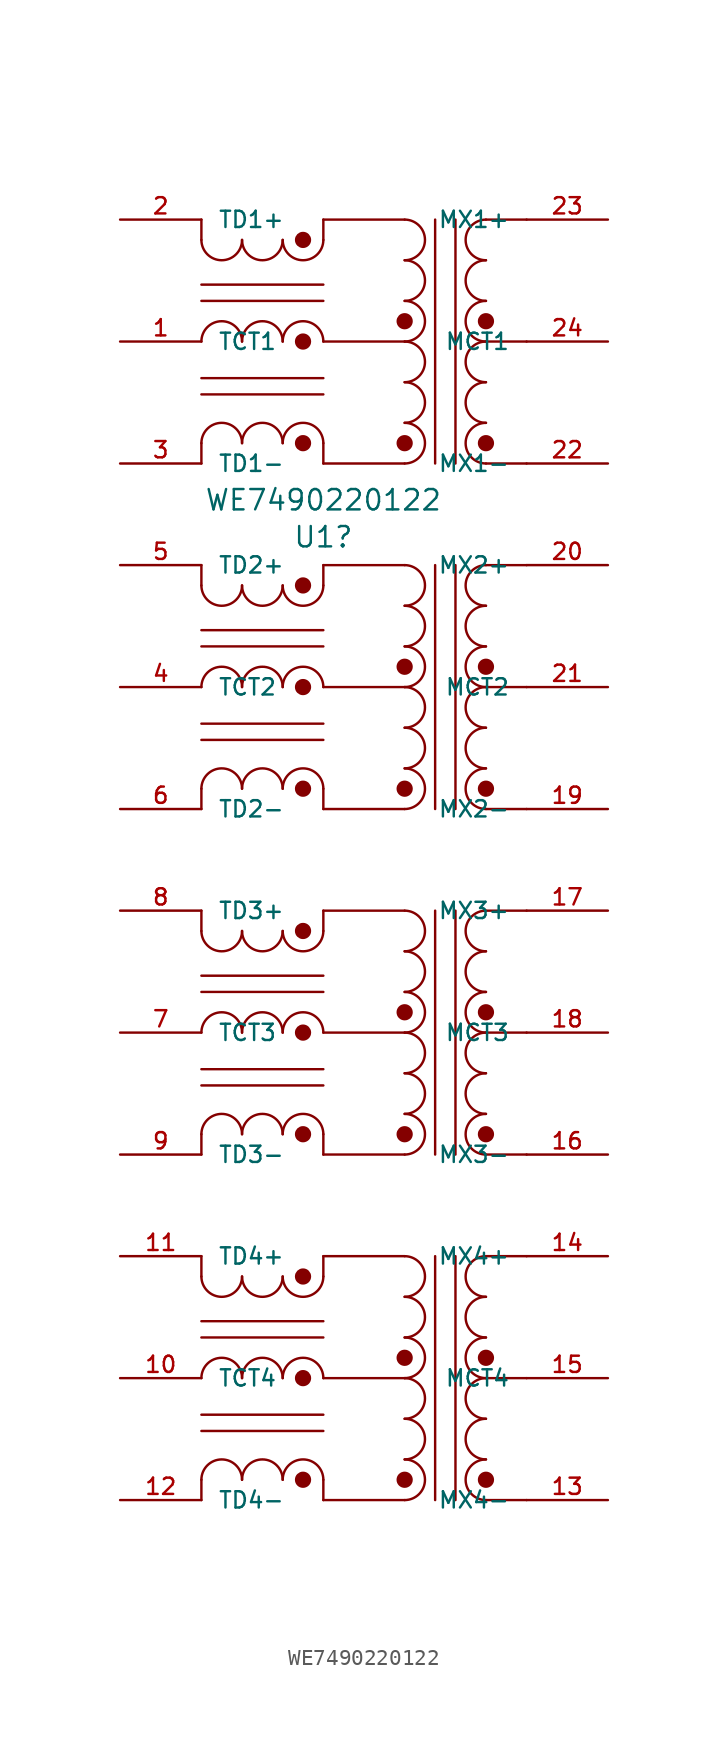
<source format=kicad_sym>
(kicad_symbol_lib
  (version 20211014)
  (generator kicad_symbol_editor)
  (symbol "WE7490220122"
    (pin_names
      (offset 1.016))
    (property "Reference" "U1"
      (at -1.27 -14.757 0)
      (effects (font (size 1.27 1.27))))
    (property "Value" "WE7490220122"
      (at -1.27 -12.446 0)
      (effects (font (size 1.27 1.27))))
    (symbol "WE7490220122_1_1"
      (arc (start -8.89 -60.96) (mid -7.62 -62.23) (end -6.35 -60.96) (stroke (width 0.1524) (type default) (color 0 0 0 0)) (fill (type none)))
      (arc (start -8.89 -39.37) (mid -7.62 -40.64) (end -6.35 -39.37) (stroke (width 0.1524) (type default) (color 0 0 0 0)) (fill (type none)))
      (arc (start -8.89 -17.78) (mid -7.62 -19.05) (end -6.35 -17.78) (stroke (width 0.1524) (type default) (color 0 0 0 0)) (fill (type none)))
      (arc (start -8.89 3.81) (mid -7.62 2.54) (end -6.35 3.81) (stroke (width 0.1524) (type default) (color 0 0 0 0)) (fill (type none)))
      (arc (start -6.35 -73.66) (mid -7.62 -72.39) (end -8.89 -73.66) (stroke (width 0.1524) (type default) (color 0 0 0 0)) (fill (type none)))
      (arc (start -6.35 -67.31) (mid -7.62 -66.04) (end -8.89 -67.31) (stroke (width 0.1524) (type default) (color 0 0 0 0)) (fill (type none)))
      (arc (start -6.35 -60.96) (mid -5.08 -62.23) (end -3.81 -60.96) (stroke (width 0.1524) (type default) (color 0 0 0 0)) (fill (type none)))
      (arc (start -6.35 -52.07) (mid -7.62 -50.8) (end -8.89 -52.07) (stroke (width 0.1524) (type default) (color 0 0 0 0)) (fill (type none)))
      (arc (start -6.35 -45.72) (mid -7.62 -44.45) (end -8.89 -45.72) (stroke (width 0.1524) (type default) (color 0 0 0 0)) (fill (type none)))
      (arc (start -6.35 -39.37) (mid -5.08 -40.64) (end -3.81 -39.37) (stroke (width 0.1524) (type default) (color 0 0 0 0)) (fill (type none)))
      (arc (start -6.35 -30.48) (mid -7.62 -29.21) (end -8.89 -30.48) (stroke (width 0.1524) (type default) (color 0 0 0 0)) (fill (type none)))
      (arc (start -6.35 -24.13) (mid -7.62 -22.86) (end -8.89 -24.13) (stroke (width 0.1524) (type default) (color 0 0 0 0)) (fill (type none)))
      (arc (start -6.35 -17.78) (mid -5.08 -19.05) (end -3.81 -17.78) (stroke (width 0.1524) (type default) (color 0 0 0 0)) (fill (type none)))
      (arc (start -6.35 -8.89) (mid -7.62 -7.62) (end -8.89 -8.89) (stroke (width 0.1524) (type default) (color 0 0 0 0)) (fill (type none)))
      (arc (start -6.35 -2.54) (mid -7.62 -1.27) (end -8.89 -2.54) (stroke (width 0.1524) (type default) (color 0 0 0 0)) (fill (type none)))
      (arc (start -6.35 3.81) (mid -5.08 2.54) (end -3.81 3.81) (stroke (width 0.1524) (type default) (color 0 0 0 0)) (fill (type none)))
      (arc (start -3.81 -73.66) (mid -5.08 -72.39) (end -6.35 -73.66) (stroke (width 0.1524) (type default) (color 0 0 0 0)) (fill (type none)))
      (arc (start -3.81 -67.31) (mid -5.08 -66.04) (end -6.35 -67.31) (stroke (width 0.1524) (type default) (color 0 0 0 0)) (fill (type none)))
      (arc (start -3.81 -60.96) (mid -2.54 -62.23) (end -1.27 -60.96) (stroke (width 0.1524) (type default) (color 0 0 0 0)) (fill (type none)))
      (arc (start -3.81 -52.07) (mid -5.08 -50.8) (end -6.35 -52.07) (stroke (width 0.1524) (type default) (color 0 0 0 0)) (fill (type none)))
      (arc (start -3.81 -45.72) (mid -5.08 -44.45) (end -6.35 -45.72) (stroke (width 0.1524) (type default) (color 0 0 0 0)) (fill (type none)))
      (arc (start -3.81 -39.37) (mid -2.54 -40.64) (end -1.27 -39.37) (stroke (width 0.1524) (type default) (color 0 0 0 0)) (fill (type none)))
      (arc (start -3.81 -30.48) (mid -5.08 -29.21) (end -6.35 -30.48) (stroke (width 0.1524) (type default) (color 0 0 0 0)) (fill (type none)))
      (arc (start -3.81 -24.13) (mid -5.08 -22.86) (end -6.35 -24.13) (stroke (width 0.1524) (type default) (color 0 0 0 0)) (fill (type none)))
      (arc (start -3.81 -17.78) (mid -2.54 -19.05) (end -1.27 -17.78) (stroke (width 0.1524) (type default) (color 0 0 0 0)) (fill (type none)))
      (arc (start -3.81 -8.89) (mid -5.08 -7.62) (end -6.35 -8.89) (stroke (width 0.1524) (type default) (color 0 0 0 0)) (fill (type none)))
      (arc (start -3.81 -2.54) (mid -5.08 -1.27) (end -6.35 -2.54) (stroke (width 0.1524) (type default) (color 0 0 0 0)) (fill (type none)))
      (arc (start -3.81 3.81) (mid -2.54 2.54) (end -1.27 3.81) (stroke (width 0.1524) (type default) (color 0 0 0 0)) (fill (type none)))
      (circle (center -2.54 -73.66) (radius 0.254) (stroke (width 0.508) (type default) (color 0 0 0 0)) (fill (type none)))
      (circle (center -2.54 -67.31) (radius 0.254) (stroke (width 0.508) (type default) (color 0 0 0 0)) (fill (type none)))
      (circle (center -2.54 -60.96) (radius 0.254) (stroke (width 0.508) (type default) (color 0 0 0 0)) (fill (type none)))
      (circle (center -2.54 -52.07) (radius 0.254) (stroke (width 0.508) (type default) (color 0 0 0 0)) (fill (type none)))
      (circle (center -2.54 -45.72) (radius 0.254) (stroke (width 0.508) (type default) (color 0 0 0 0)) (fill (type none)))
      (circle (center -2.54 -39.37) (radius 0.254) (stroke (width 0.508) (type default) (color 0 0 0 0)) (fill (type none)))
      (circle (center -2.54 -30.48) (radius 0.254) (stroke (width 0.508) (type default) (color 0 0 0 0)) (fill (type none)))
      (circle (center -2.54 -24.13) (radius 0.254) (stroke (width 0.508) (type default) (color 0 0 0 0)) (fill (type none)))
      (circle (center -2.54 -17.78) (radius 0.254) (stroke (width 0.508) (type default) (color 0 0 0 0)) (fill (type none)))
      (circle (center -2.54 -8.89) (radius 0.254) (stroke (width 0.508) (type default) (color 0 0 0 0)) (fill (type none)))
      (circle (center -2.54 -2.54) (radius 0.254) (stroke (width 0.508) (type default) (color 0 0 0 0)) (fill (type none)))
      (circle (center -2.54 3.81) (radius 0.254) (stroke (width 0.508) (type default) (color 0 0 0 0)) (fill (type none)))
      (arc (start -1.27 -73.66) (mid -2.54 -72.39) (end -3.81 -73.66) (stroke (width 0.1524) (type default) (color 0 0 0 0)) (fill (type none)))
      (arc (start -1.27 -67.31) (mid -2.54 -66.04) (end -3.81 -67.31) (stroke (width 0.1524) (type default) (color 0 0 0 0)) (fill (type none)))
      (arc (start -1.27 -52.07) (mid -2.54 -50.8) (end -3.81 -52.07) (stroke (width 0.1524) (type default) (color 0 0 0 0)) (fill (type none)))
      (arc (start -1.27 -45.72) (mid -2.54 -44.45) (end -3.81 -45.72) (stroke (width 0.1524) (type default) (color 0 0 0 0)) (fill (type none)))
      (arc (start -1.27 -30.48) (mid -2.54 -29.21) (end -3.81 -30.48) (stroke (width 0.1524) (type default) (color 0 0 0 0)) (fill (type none)))
      (arc (start -1.27 -24.13) (mid -2.54 -22.86) (end -3.81 -24.13) (stroke (width 0.1524) (type default) (color 0 0 0 0)) (fill (type none)))
      (arc (start -1.27 -8.89) (mid -2.54 -7.62) (end -3.81 -8.89) (stroke (width 0.1524) (type default) (color 0 0 0 0)) (fill (type none)))
      (arc (start -1.27 -2.54) (mid -2.54 -1.27) (end -3.81 -2.54) (stroke (width 0.1524) (type default) (color 0 0 0 0)) (fill (type none)))
      (polyline (pts (xy -8.89 -73.66) (xy -8.89 -74.93)) (stroke (width 0.152) (type default) (color 0 0 0 0)) (fill (type none)))
      (polyline (pts (xy -8.89 -70.612) (xy -1.27 -70.612)) (stroke (width 0.152) (type default) (color 0 0 0 0)) (fill (type none)))
      (polyline (pts (xy -8.89 -69.596) (xy -1.27 -69.596)) (stroke (width 0.152) (type default) (color 0 0 0 0)) (fill (type none)))
      (polyline (pts (xy -8.89 -64.77) (xy -1.27 -64.77)) (stroke (width 0.152) (type default) (color 0 0 0 0)) (fill (type none)))
      (polyline (pts (xy -8.89 -63.754) (xy -1.27 -63.754)) (stroke (width 0.152) (type default) (color 0 0 0 0)) (fill (type none)))
      (polyline (pts (xy -8.89 -59.69) (xy -8.89 -60.96)) (stroke (width 0.152) (type default) (color 0 0 0 0)) (fill (type none)))
      (polyline (pts (xy -8.89 -52.07) (xy -8.89 -53.34)) (stroke (width 0.152) (type default) (color 0 0 0 0)) (fill (type none)))
      (polyline (pts (xy -8.89 -49.022) (xy -1.27 -49.022)) (stroke (width 0.152) (type default) (color 0 0 0 0)) (fill (type none)))
      (polyline (pts (xy -8.89 -48.006) (xy -1.27 -48.006)) (stroke (width 0.152) (type default) (color 0 0 0 0)) (fill (type none)))
      (polyline (pts (xy -8.89 -43.18) (xy -1.27 -43.18)) (stroke (width 0.152) (type default) (color 0 0 0 0)) (fill (type none)))
      (polyline (pts (xy -8.89 -42.164) (xy -1.27 -42.164)) (stroke (width 0.152) (type default) (color 0 0 0 0)) (fill (type none)))
      (polyline (pts (xy -8.89 -38.1) (xy -8.89 -39.37)) (stroke (width 0.152) (type default) (color 0 0 0 0)) (fill (type none)))
      (polyline (pts (xy -8.89 -30.48) (xy -8.89 -31.75)) (stroke (width 0.152) (type default) (color 0 0 0 0)) (fill (type none)))
      (polyline (pts (xy -8.89 -27.432) (xy -1.27 -27.432)) (stroke (width 0.152) (type default) (color 0 0 0 0)) (fill (type none)))
      (polyline (pts (xy -8.89 -26.416) (xy -1.27 -26.416)) (stroke (width 0.152) (type default) (color 0 0 0 0)) (fill (type none)))
      (polyline (pts (xy -8.89 -21.59) (xy -1.27 -21.59)) (stroke (width 0.152) (type default) (color 0 0 0 0)) (fill (type none)))
      (polyline (pts (xy -8.89 -20.574) (xy -1.27 -20.574)) (stroke (width 0.152) (type default) (color 0 0 0 0)) (fill (type none)))
      (polyline (pts (xy -8.89 -16.51) (xy -8.89 -17.78)) (stroke (width 0.152) (type default) (color 0 0 0 0)) (fill (type none)))
      (polyline (pts (xy -8.89 -8.89) (xy -8.89 -10.16)) (stroke (width 0.152) (type default) (color 0 0 0 0)) (fill (type none)))
      (polyline (pts (xy -8.89 -5.842) (xy -1.27 -5.842)) (stroke (width 0.152) (type default) (color 0 0 0 0)) (fill (type none)))
      (polyline (pts (xy -8.89 -4.826) (xy -1.27 -4.826)) (stroke (width 0.152) (type default) (color 0 0 0 0)) (fill (type none)))
      (polyline (pts (xy -8.89 0) (xy -1.27 0)) (stroke (width 0.152) (type default) (color 0 0 0 0)) (fill (type none)))
      (polyline (pts (xy -8.89 1.016) (xy -1.27 1.016)) (stroke (width 0.152) (type default) (color 0 0 0 0)) (fill (type none)))
      (polyline (pts (xy -8.89 5.08) (xy -8.89 3.81)) (stroke (width 0.152) (type default) (color 0 0 0 0)) (fill (type none)))
      (polyline (pts (xy -1.27 -74.93) (xy 3.81 -74.93)) (stroke (width 0.152) (type default) (color 0 0 0 0)) (fill (type none)))
      (polyline (pts (xy -1.27 -73.66) (xy -1.27 -74.93)) (stroke (width 0.152) (type default) (color 0 0 0 0)) (fill (type none)))
      (polyline (pts (xy -1.27 -67.31) (xy 3.81 -67.31)) (stroke (width 0.152) (type default) (color 0 0 0 0)) (fill (type none)))
      (polyline (pts (xy -1.27 -59.69) (xy -1.27 -60.96)) (stroke (width 0.152) (type default) (color 0 0 0 0)) (fill (type none)))
      (polyline (pts (xy -1.27 -59.69) (xy 3.81 -59.69)) (stroke (width 0.152) (type default) (color 0 0 0 0)) (fill (type none)))
      (polyline (pts (xy -1.27 -53.34) (xy 3.81 -53.34)) (stroke (width 0.152) (type default) (color 0 0 0 0)) (fill (type none)))
      (polyline (pts (xy -1.27 -52.07) (xy -1.27 -53.34)) (stroke (width 0.152) (type default) (color 0 0 0 0)) (fill (type none)))
      (polyline (pts (xy -1.27 -45.72) (xy 3.81 -45.72)) (stroke (width 0.152) (type default) (color 0 0 0 0)) (fill (type none)))
      (polyline (pts (xy -1.27 -38.1) (xy -1.27 -39.37)) (stroke (width 0.152) (type default) (color 0 0 0 0)) (fill (type none)))
      (polyline (pts (xy -1.27 -38.1) (xy 3.81 -38.1)) (stroke (width 0.152) (type default) (color 0 0 0 0)) (fill (type none)))
      (polyline (pts (xy -1.27 -31.75) (xy 3.81 -31.75)) (stroke (width 0.152) (type default) (color 0 0 0 0)) (fill (type none)))
      (polyline (pts (xy -1.27 -30.48) (xy -1.27 -31.75)) (stroke (width 0.152) (type default) (color 0 0 0 0)) (fill (type none)))
      (polyline (pts (xy -1.27 -24.13) (xy 3.81 -24.13)) (stroke (width 0.152) (type default) (color 0 0 0 0)) (fill (type none)))
      (polyline (pts (xy -1.27 -16.51) (xy -1.27 -17.78)) (stroke (width 0.152) (type default) (color 0 0 0 0)) (fill (type none)))
      (polyline (pts (xy -1.27 -16.51) (xy 3.81 -16.51)) (stroke (width 0.152) (type default) (color 0 0 0 0)) (fill (type none)))
      (polyline (pts (xy -1.27 -10.16) (xy 3.81 -10.16)) (stroke (width 0.152) (type default) (color 0 0 0 0)) (fill (type none)))
      (polyline (pts (xy -1.27 -8.89) (xy -1.27 -10.16)) (stroke (width 0.152) (type default) (color 0 0 0 0)) (fill (type none)))
      (polyline (pts (xy -1.27 -2.54) (xy 3.81 -2.54)) (stroke (width 0.152) (type default) (color 0 0 0 0)) (fill (type none)))
      (polyline (pts (xy -1.27 5.08) (xy -1.27 3.81)) (stroke (width 0.152) (type default) (color 0 0 0 0)) (fill (type none)))
      (polyline (pts (xy -1.27 5.08) (xy 3.81 5.08)) (stroke (width 0.152) (type default) (color 0 0 0 0)) (fill (type none)))
      (polyline (pts (xy 5.715 -59.69) (xy 5.715 -74.93)) (stroke (width 0.152) (type default) (color 0 0 0 0)) (fill (type none)))
      (polyline (pts (xy 5.715 -38.1) (xy 5.715 -53.34)) (stroke (width 0.152) (type default) (color 0 0 0 0)) (fill (type none)))
      (polyline (pts (xy 5.715 -16.51) (xy 5.715 -31.75)) (stroke (width 0.152) (type default) (color 0 0 0 0)) (fill (type none)))
      (polyline (pts (xy 5.715 5.08) (xy 5.715 -10.16)) (stroke (width 0.152) (type default) (color 0 0 0 0)) (fill (type none)))
      (polyline (pts (xy 6.985 -59.69) (xy 6.985 -74.93)) (stroke (width 0.152) (type default) (color 0 0 0 0)) (fill (type none)))
      (polyline (pts (xy 6.985 -38.1) (xy 6.985 -53.34)) (stroke (width 0.152) (type default) (color 0 0 0 0)) (fill (type none)))
      (polyline (pts (xy 6.985 -16.51) (xy 6.985 -31.75)) (stroke (width 0.152) (type default) (color 0 0 0 0)) (fill (type none)))
      (polyline (pts (xy 6.985 5.08) (xy 6.985 -10.16)) (stroke (width 0.152) (type default) (color 0 0 0 0)) (fill (type none)))
      (polyline (pts (xy 8.89 -74.93) (xy 11.43 -74.93)) (stroke (width 0.152) (type default) (color 0 0 0 0)) (fill (type none)))
      (polyline (pts (xy 8.89 -67.31) (xy 11.43 -67.31)) (stroke (width 0.152) (type default) (color 0 0 0 0)) (fill (type none)))
      (polyline (pts (xy 8.89 -59.69) (xy 11.43 -59.69)) (stroke (width 0.152) (type default) (color 0 0 0 0)) (fill (type none)))
      (polyline (pts (xy 8.89 -53.34) (xy 11.43 -53.34)) (stroke (width 0.152) (type default) (color 0 0 0 0)) (fill (type none)))
      (polyline (pts (xy 8.89 -45.72) (xy 11.43 -45.72)) (stroke (width 0.152) (type default) (color 0 0 0 0)) (fill (type none)))
      (polyline (pts (xy 8.89 -38.1) (xy 11.43 -38.1)) (stroke (width 0.152) (type default) (color 0 0 0 0)) (fill (type none)))
      (polyline (pts (xy 8.89 -31.75) (xy 11.43 -31.75)) (stroke (width 0.152) (type default) (color 0 0 0 0)) (fill (type none)))
      (polyline (pts (xy 8.89 -24.13) (xy 11.43 -24.13)) (stroke (width 0.152) (type default) (color 0 0 0 0)) (fill (type none)))
      (polyline (pts (xy 8.89 -16.51) (xy 11.43 -16.51)) (stroke (width 0.152) (type default) (color 0 0 0 0)) (fill (type none)))
      (polyline (pts (xy 8.89 -10.16) (xy 11.43 -10.16)) (stroke (width 0.152) (type default) (color 0 0 0 0)) (fill (type none)))
      (polyline (pts (xy 8.89 -2.54) (xy 11.43 -2.54)) (stroke (width 0.152) (type default) (color 0 0 0 0)) (fill (type none)))
      (polyline (pts (xy 8.89 5.08) (xy 11.43 5.08)) (stroke (width 0.152) (type default) (color 0 0 0 0)) (fill (type none)))
      (arc (start 3.81 -74.93) (mid 5.08 -73.66) (end 3.81 -72.39) (stroke (width 0.1524) (type default) (color 0 0 0 0)) (fill (type none)))
      (circle (center 3.81 -73.66) (radius 0.254) (stroke (width 0.508) (type default) (color 0 0 0 0)) (fill (type none)))
      (arc (start 3.81 -72.39) (mid 5.08 -71.12) (end 3.81 -69.85) (stroke (width 0.1524) (type default) (color 0 0 0 0)) (fill (type none)))
      (arc (start 3.81 -69.85) (mid 5.08 -68.58) (end 3.81 -67.31) (stroke (width 0.1524) (type default) (color 0 0 0 0)) (fill (type none)))
      (arc (start 3.81 -67.31) (mid 5.08 -66.04) (end 3.81 -64.77) (stroke (width 0.1524) (type default) (color 0 0 0 0)) (fill (type none)))
      (circle (center 3.81 -66.04) (radius 0.254) (stroke (width 0.508) (type default) (color 0 0 0 0)) (fill (type none)))
      (arc (start 3.81 -64.77) (mid 5.08 -63.5) (end 3.81 -62.23) (stroke (width 0.1524) (type default) (color 0 0 0 0)) (fill (type none)))
      (arc (start 3.81 -62.23) (mid 5.08 -60.96) (end 3.81 -59.69) (stroke (width 0.1524) (type default) (color 0 0 0 0)) (fill (type none)))
      (arc (start 3.81 -53.34) (mid 5.08 -52.07) (end 3.81 -50.8) (stroke (width 0.1524) (type default) (color 0 0 0 0)) (fill (type none)))
      (circle (center 3.81 -52.07) (radius 0.254) (stroke (width 0.508) (type default) (color 0 0 0 0)) (fill (type none)))
      (arc (start 3.81 -50.8) (mid 5.08 -49.53) (end 3.81 -48.26) (stroke (width 0.1524) (type default) (color 0 0 0 0)) (fill (type none)))
      (arc (start 3.81 -48.26) (mid 5.08 -46.99) (end 3.81 -45.72) (stroke (width 0.1524) (type default) (color 0 0 0 0)) (fill (type none)))
      (arc (start 3.81 -45.72) (mid 5.08 -44.45) (end 3.81 -43.18) (stroke (width 0.1524) (type default) (color 0 0 0 0)) (fill (type none)))
      (circle (center 3.81 -44.45) (radius 0.254) (stroke (width 0.508) (type default) (color 0 0 0 0)) (fill (type none)))
      (arc (start 3.81 -43.18) (mid 5.08 -41.91) (end 3.81 -40.64) (stroke (width 0.1524) (type default) (color 0 0 0 0)) (fill (type none)))
      (arc (start 3.81 -40.64) (mid 5.08 -39.37) (end 3.81 -38.1) (stroke (width 0.1524) (type default) (color 0 0 0 0)) (fill (type none)))
      (arc (start 3.81 -31.75) (mid 5.08 -30.48) (end 3.81 -29.21) (stroke (width 0.1524) (type default) (color 0 0 0 0)) (fill (type none)))
      (circle (center 3.81 -30.48) (radius 0.254) (stroke (width 0.508) (type default) (color 0 0 0 0)) (fill (type none)))
      (arc (start 3.81 -29.21) (mid 5.08 -27.94) (end 3.81 -26.67) (stroke (width 0.1524) (type default) (color 0 0 0 0)) (fill (type none)))
      (arc (start 3.81 -26.67) (mid 5.08 -25.4) (end 3.81 -24.13) (stroke (width 0.1524) (type default) (color 0 0 0 0)) (fill (type none)))
      (arc (start 3.81 -24.13) (mid 5.08 -22.86) (end 3.81 -21.59) (stroke (width 0.1524) (type default) (color 0 0 0 0)) (fill (type none)))
      (circle (center 3.81 -22.86) (radius 0.254) (stroke (width 0.508) (type default) (color 0 0 0 0)) (fill (type none)))
      (arc (start 3.81 -21.59) (mid 5.08 -20.32) (end 3.81 -19.05) (stroke (width 0.1524) (type default) (color 0 0 0 0)) (fill (type none)))
      (arc (start 3.81 -19.05) (mid 5.08 -17.78) (end 3.81 -16.51) (stroke (width 0.1524) (type default) (color 0 0 0 0)) (fill (type none)))
      (arc (start 3.81 -10.16) (mid 5.08 -8.89) (end 3.81 -7.62) (stroke (width 0.1524) (type default) (color 0 0 0 0)) (fill (type none)))
      (circle (center 3.81 -8.89) (radius 0.254) (stroke (width 0.508) (type default) (color 0 0 0 0)) (fill (type none)))
      (arc (start 3.81 -7.62) (mid 5.08 -6.35) (end 3.81 -5.08) (stroke (width 0.1524) (type default) (color 0 0 0 0)) (fill (type none)))
      (arc (start 3.81 -5.08) (mid 5.08 -3.81) (end 3.81 -2.54) (stroke (width 0.1524) (type default) (color 0 0 0 0)) (fill (type none)))
      (arc (start 3.81 -2.54) (mid 5.08 -1.27) (end 3.81 0) (stroke (width 0.1524) (type default) (color 0 0 0 0)) (fill (type none)))
      (circle (center 3.81 -1.27) (radius 0.254) (stroke (width 0.508) (type default) (color 0 0 0 0)) (fill (type none)))
      (arc (start 3.81 0) (mid 5.08 1.27) (end 3.81 2.54) (stroke (width 0.1524) (type default) (color 0 0 0 0)) (fill (type none)))
      (arc (start 3.81 2.54) (mid 5.08 3.81) (end 3.81 5.08) (stroke (width 0.1524) (type default) (color 0 0 0 0)) (fill (type none)))
      (circle (center 8.89 -73.66) (radius 0.254) (stroke (width 0.508) (type default) (color 0 0 0 0)) (fill (type none)))
      (arc (start 8.89 -72.39) (mid 7.62 -73.66) (end 8.89 -74.93) (stroke (width 0.1524) (type default) (color 0 0 0 0)) (fill (type none)))
      (arc (start 8.89 -69.85) (mid 7.62 -71.12) (end 8.89 -72.39) (stroke (width 0.1524) (type default) (color 0 0 0 0)) (fill (type none)))
      (arc (start 8.89 -67.31) (mid 7.62 -68.58) (end 8.89 -69.85) (stroke (width 0.1524) (type default) (color 0 0 0 0)) (fill (type none)))
      (circle (center 8.89 -66.04) (radius 0.254) (stroke (width 0.508) (type default) (color 0 0 0 0)) (fill (type none)))
      (arc (start 8.89 -64.77) (mid 7.62 -66.04) (end 8.89 -67.31) (stroke (width 0.1524) (type default) (color 0 0 0 0)) (fill (type none)))
      (arc (start 8.89 -62.23) (mid 7.62 -63.5) (end 8.89 -64.77) (stroke (width 0.1524) (type default) (color 0 0 0 0)) (fill (type none)))
      (arc (start 8.89 -59.69) (mid 7.62 -60.96) (end 8.89 -62.23) (stroke (width 0.1524) (type default) (color 0 0 0 0)) (fill (type none)))
      (circle (center 8.89 -52.07) (radius 0.254) (stroke (width 0.508) (type default) (color 0 0 0 0)) (fill (type none)))
      (arc (start 8.89 -50.8) (mid 7.62 -52.07) (end 8.89 -53.34) (stroke (width 0.1524) (type default) (color 0 0 0 0)) (fill (type none)))
      (arc (start 8.89 -48.26) (mid 7.62 -49.53) (end 8.89 -50.8) (stroke (width 0.1524) (type default) (color 0 0 0 0)) (fill (type none)))
      (arc (start 8.89 -45.72) (mid 7.62 -46.99) (end 8.89 -48.26) (stroke (width 0.1524) (type default) (color 0 0 0 0)) (fill (type none)))
      (circle (center 8.89 -44.45) (radius 0.254) (stroke (width 0.508) (type default) (color 0 0 0 0)) (fill (type none)))
      (arc (start 8.89 -43.18) (mid 7.62 -44.45) (end 8.89 -45.72) (stroke (width 0.1524) (type default) (color 0 0 0 0)) (fill (type none)))
      (arc (start 8.89 -40.64) (mid 7.62 -41.91) (end 8.89 -43.18) (stroke (width 0.1524) (type default) (color 0 0 0 0)) (fill (type none)))
      (arc (start 8.89 -38.1) (mid 7.62 -39.37) (end 8.89 -40.64) (stroke (width 0.1524) (type default) (color 0 0 0 0)) (fill (type none)))
      (circle (center 8.89 -30.48) (radius 0.254) (stroke (width 0.508) (type default) (color 0 0 0 0)) (fill (type none)))
      (arc (start 8.89 -29.21) (mid 7.62 -30.48) (end 8.89 -31.75) (stroke (width 0.1524) (type default) (color 0 0 0 0)) (fill (type none)))
      (arc (start 8.89 -26.67) (mid 7.62 -27.94) (end 8.89 -29.21) (stroke (width 0.1524) (type default) (color 0 0 0 0)) (fill (type none)))
      (arc (start 8.89 -24.13) (mid 7.62 -25.4) (end 8.89 -26.67) (stroke (width 0.1524) (type default) (color 0 0 0 0)) (fill (type none)))
      (circle (center 8.89 -22.86) (radius 0.254) (stroke (width 0.508) (type default) (color 0 0 0 0)) (fill (type none)))
      (arc (start 8.89 -21.59) (mid 7.62 -22.86) (end 8.89 -24.13) (stroke (width 0.1524) (type default) (color 0 0 0 0)) (fill (type none)))
      (arc (start 8.89 -19.05) (mid 7.62 -20.32) (end 8.89 -21.59) (stroke (width 0.1524) (type default) (color 0 0 0 0)) (fill (type none)))
      (arc (start 8.89 -16.51) (mid 7.62 -17.78) (end 8.89 -19.05) (stroke (width 0.1524) (type default) (color 0 0 0 0)) (fill (type none)))
      (circle (center 8.89 -8.89) (radius 0.254) (stroke (width 0.508) (type default) (color 0 0 0 0)) (fill (type none)))
      (arc (start 8.89 -7.62) (mid 7.62 -8.89) (end 8.89 -10.16) (stroke (width 0.1524) (type default) (color 0 0 0 0)) (fill (type none)))
      (arc (start 8.89 -5.08) (mid 7.62 -6.35) (end 8.89 -7.62) (stroke (width 0.1524) (type default) (color 0 0 0 0)) (fill (type none)))
      (arc (start 8.89 -2.54) (mid 7.62 -3.81) (end 8.89 -5.08) (stroke (width 0.1524) (type default) (color 0 0 0 0)) (fill (type none)))
      (circle (center 8.89 -1.27) (radius 0.254) (stroke (width 0.508) (type default) (color 0 0 0 0)) (fill (type none)))
      (arc (start 8.89 0) (mid 7.62 -1.27) (end 8.89 -2.54) (stroke (width 0.1524) (type default) (color 0 0 0 0)) (fill (type none)))
      (arc (start 8.89 2.54) (mid 7.62 1.27) (end 8.89 0) (stroke (width 0.1524) (type default) (color 0 0 0 0)) (fill (type none)))
      (arc (start 8.89 5.08) (mid 7.62 3.81) (end 8.89 2.54) (stroke (width 0.1524) (type default) (color 0 0 0 0)) (fill (type none)))
      (pin passive line (at -13.97 -2.54 0) (length 5.08) (name "TCT1" (effects (font (size 1.016 1.016)))) (number "1" (effects (font (size 1.016 1.016)))))
      (pin passive line (at -13.97 -67.31 0) (length 5.08) (name "TCT4" (effects (font (size 1.016 1.016)))) (number "10" (effects (font (size 1.016 1.016)))))
      (pin passive line (at -13.97 -59.69 0) (length 5.08) (name "TD4+" (effects (font (size 1.016 1.016)))) (number "11" (effects (font (size 1.016 1.016)))))
      (pin passive line (at -13.97 -74.93 0) (length 5.08) (name "TD4-" (effects (font (size 1.016 1.016)))) (number "12" (effects (font (size 1.016 1.016)))))
      (pin passive line (at 16.51 -74.93 180) (length 5.08) (name "MX4-" (effects (font (size 1.016 1.016)))) (number "13" (effects (font (size 1.016 1.016)))))
      (pin passive line (at 16.51 -59.69 180) (length 5.08) (name "MX4+" (effects (font (size 1.016 1.016)))) (number "14" (effects (font (size 1.016 1.016)))))
      (pin passive line (at 16.51 -67.31 180) (length 5.08) (name "MCT4" (effects (font (size 1.016 1.016)))) (number "15" (effects (font (size 1.016 1.016)))))
      (pin passive line (at 16.51 -53.34 180) (length 5.08) (name "MX3-" (effects (font (size 1.016 1.016)))) (number "16" (effects (font (size 1.016 1.016)))))
      (pin passive line (at 16.51 -38.1 180) (length 5.08) (name "MX3+" (effects (font (size 1.016 1.016)))) (number "17" (effects (font (size 1.016 1.016)))))
      (pin passive line (at 16.51 -45.72 180) (length 5.08) (name "MCT3" (effects (font (size 1.016 1.016)))) (number "18" (effects (font (size 1.016 1.016)))))
      (pin passive line (at 16.51 -31.75 180) (length 5.08) (name "MX2-" (effects (font (size 1.016 1.016)))) (number "19" (effects (font (size 1.016 1.016)))))
      (pin passive line (at -13.97 5.08 0) (length 5.08) (name "TD1+" (effects (font (size 1.016 1.016)))) (number "2" (effects (font (size 1.016 1.016)))))
      (pin passive line (at 16.51 -16.51 180) (length 5.08) (name "MX2+" (effects (font (size 1.016 1.016)))) (number "20" (effects (font (size 1.016 1.016)))))
      (pin passive line (at 16.51 -24.13 180) (length 5.08) (name "MCT2" (effects (font (size 1.016 1.016)))) (number "21" (effects (font (size 1.016 1.016)))))
      (pin passive line (at 16.51 -10.16 180) (length 5.08) (name "MX1-" (effects (font (size 1.016 1.016)))) (number "22" (effects (font (size 1.016 1.016)))))
      (pin passive line (at 16.51 5.08 180) (length 5.08) (name "MX1+" (effects (font (size 1.016 1.016)))) (number "23" (effects (font (size 1.016 1.016)))))
      (pin passive line (at 16.51 -2.54 180) (length 5.08) (name "MCT1" (effects (font (size 1.016 1.016)))) (number "24" (effects (font (size 1.016 1.016)))))
      (pin passive line (at -13.97 -10.16 0) (length 5.08) (name "TD1-" (effects (font (size 1.016 1.016)))) (number "3" (effects (font (size 1.016 1.016)))))
      (pin passive line (at -13.97 -24.13 0) (length 5.08) (name "TCT2" (effects (font (size 1.016 1.016)))) (number "4" (effects (font (size 1.016 1.016)))))
      (pin passive line (at -13.97 -16.51 0) (length 5.08) (name "TD2+" (effects (font (size 1.016 1.016)))) (number "5" (effects (font (size 1.016 1.016)))))
      (pin passive line (at -13.97 -31.75 0) (length 5.08) (name "TD2-" (effects (font (size 1.016 1.016)))) (number "6" (effects (font (size 1.016 1.016)))))
      (pin passive line (at -13.97 -45.72 0) (length 5.08) (name "TCT3" (effects (font (size 1.016 1.016)))) (number "7" (effects (font (size 1.016 1.016)))))
      (pin passive line (at -13.97 -38.1 0) (length 5.08) (name "TD3+" (effects (font (size 1.016 1.016)))) (number "8" (effects (font (size 1.016 1.016)))))
      (pin passive line (at -13.97 -53.34 0) (length 5.08) (name "TD3-" (effects (font (size 1.016 1.016)))) (number "9" (effects (font (size 1.016 1.016))))))))
</source>
